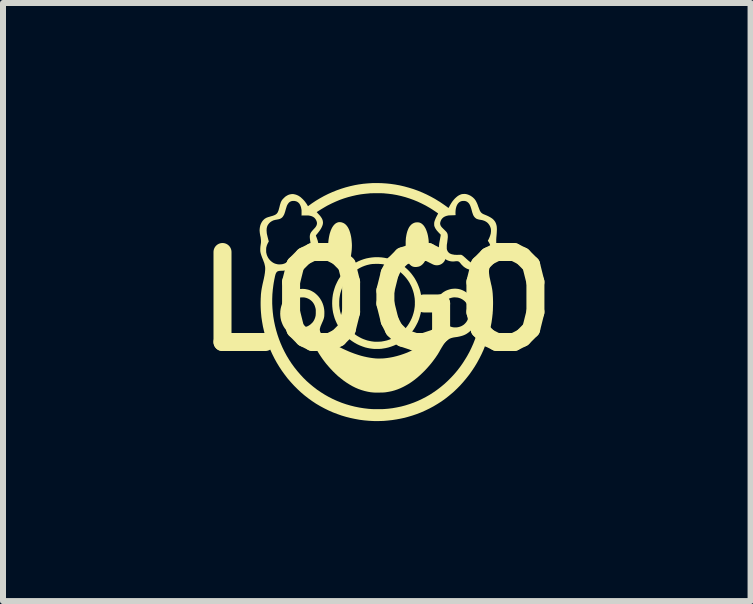
<source format=kicad_pcb>
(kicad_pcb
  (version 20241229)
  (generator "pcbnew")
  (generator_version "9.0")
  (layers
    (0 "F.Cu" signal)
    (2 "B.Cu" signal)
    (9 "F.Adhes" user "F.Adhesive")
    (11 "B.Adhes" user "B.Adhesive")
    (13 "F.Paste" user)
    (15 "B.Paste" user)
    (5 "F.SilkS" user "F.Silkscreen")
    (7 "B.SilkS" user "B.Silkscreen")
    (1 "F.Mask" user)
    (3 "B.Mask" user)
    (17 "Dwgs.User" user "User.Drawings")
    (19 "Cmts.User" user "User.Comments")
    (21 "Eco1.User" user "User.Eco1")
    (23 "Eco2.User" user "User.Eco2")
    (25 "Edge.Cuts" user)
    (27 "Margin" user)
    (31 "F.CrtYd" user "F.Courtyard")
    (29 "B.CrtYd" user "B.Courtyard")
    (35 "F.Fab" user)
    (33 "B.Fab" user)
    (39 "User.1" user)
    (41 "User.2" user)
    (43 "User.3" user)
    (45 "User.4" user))
  (footprint "LOGO"
    (layer "F.Cu")
    (at 3.229 1.971)
    (property "Reference" "LOGO" (at 0 0 0) (layer "F.SilkS") (effects (font (size 1.5 1.5) (thickness 0.3))))
    (attr board_only exclude_from_pos_files exclude_from_bom)
    (fp_poly (pts (xy -0.607 -1.319) (xy -0.587 -1.316) (xy -0.567 -1.309) (xy -0.559 -1.306) (xy -0.544 -1.298) (xy -0.53 -1.288) (xy -0.516 -1.276) (xy -0.512 -1.272) (xy -0.496 -1.253) (xy -0.481 -1.231) (xy -0.468 -1.206) (xy -0.456 -1.178) (xy -0.446 -1.148) (xy -0.437 -1.115) (xy -0.429 -1.079) (xy -0.423 -1.041) (xy -0.419 -1) (xy -0.416 -0.962) (xy -0.415 -0.929) (xy -0.416 -0.894) (xy -0.418 -0.858) (xy -0.422 -0.821) (xy -0.427 -0.784) (xy -0.431 -0.758) (xy -0.438 -0.727) (xy -0.446 -0.699) (xy -0.455 -0.674) (xy -0.465 -0.652) (xy -0.477 -0.633) (xy -0.49 -0.616) (xy -0.504 -0.602) (xy -0.52 -0.591) (xy -0.537 -0.582) (xy -0.554 -0.577) (xy -0.562 -0.575) (xy -0.573 -0.573) (xy -0.586 -0.572) (xy -0.599 -0.572) (xy -0.611 -0.572) (xy -0.622 -0.573) (xy -0.63 -0.574) (xy -0.65 -0.58) (xy -0.669 -0.589) (xy -0.687 -0.6) (xy -0.704 -0.615) (xy -0.72 -0.633) (xy -0.735 -0.654) (xy -0.743 -0.667) (xy -0.754 -0.689) (xy -0.765 -0.713) (xy -0.775 -0.741) (xy -0.784 -0.77) (xy -0.791 -0.8) (xy -0.798 -0.832) (xy -0.803 -0.864) (xy -0.806 -0.896) (xy -0.808 -0.928) (xy -0.809 -0.959) (xy -0.809 -0.972) (xy -0.807 -1.002) (xy -0.803 -1.033) (xy -0.798 -1.065) (xy -0.792 -1.095) (xy -0.785 -1.126) (xy -0.776 -1.154) (xy -0.767 -1.181) (xy -0.756 -1.206) (xy -0.745 -1.228) (xy -0.735 -1.244) (xy -0.724 -1.26) (xy -0.712 -1.274) (xy -0.699 -1.287) (xy -0.687 -1.297) (xy -0.681 -1.301) (xy -0.664 -1.31) (xy -0.645 -1.317) (xy -0.626 -1.32)) (stroke (width 0) (type solid)) (fill yes) (layer "F.SilkS"))
    (fp_poly (pts (xy 0.699 -1.315) (xy 0.717 -1.31) (xy 0.733 -1.303) (xy 0.749 -1.293) (xy 0.762 -1.282) (xy 0.775 -1.269) (xy 0.787 -1.255) (xy 0.797 -1.239) (xy 0.808 -1.221) (xy 0.811 -1.216) (xy 0.823 -1.189) (xy 0.834 -1.159) (xy 0.844 -1.127) (xy 0.852 -1.093) (xy 0.858 -1.058) (xy 0.863 -1.022) (xy 0.865 -0.986) (xy 0.866 -0.95) (xy 0.865 -0.921) (xy 0.862 -0.882) (xy 0.857 -0.844) (xy 0.851 -0.809) (xy 0.843 -0.775) (xy 0.834 -0.744) (xy 0.824 -0.715) (xy 0.812 -0.688) (xy 0.799 -0.664) (xy 0.785 -0.643) (xy 0.769 -0.624) (xy 0.752 -0.608) (xy 0.735 -0.595) (xy 0.716 -0.585) (xy 0.706 -0.581) (xy 0.691 -0.577) (xy 0.674 -0.574) (xy 0.656 -0.572) (xy 0.639 -0.572) (xy 0.623 -0.573) (xy 0.613 -0.575) (xy 0.594 -0.581) (xy 0.577 -0.59) (xy 0.562 -0.602) (xy 0.547 -0.616) (xy 0.535 -0.634) (xy 0.523 -0.654) (xy 0.513 -0.677) (xy 0.505 -0.703) (xy 0.497 -0.732) (xy 0.494 -0.75) (xy 0.492 -0.761) (xy 0.49 -0.771) (xy 0.489 -0.78) (xy 0.487 -0.788) (xy 0.486 -0.797) (xy 0.485 -0.807) (xy 0.485 -0.817) (xy 0.484 -0.829) (xy 0.483 -0.842) (xy 0.483 -0.857) (xy 0.482 -0.875) (xy 0.482 -0.896) (xy 0.482 -0.9) (xy 0.481 -0.925) (xy 0.481 -0.947) (xy 0.481 -0.967) (xy 0.481 -0.984) (xy 0.481 -1) (xy 0.482 -1.015) (xy 0.483 -1.029) (xy 0.484 -1.043) (xy 0.485 -1.056) (xy 0.487 -1.071) (xy 0.49 -1.085) (xy 0.491 -1.094) (xy 0.498 -1.128) (xy 0.506 -1.159) (xy 0.516 -1.187) (xy 0.527 -1.213) (xy 0.539 -1.236) (xy 0.554 -1.256) (xy 0.569 -1.273) (xy 0.586 -1.288) (xy 0.604 -1.299) (xy 0.623 -1.308) (xy 0.644 -1.314) (xy 0.666 -1.316) (xy 0.68 -1.316)) (stroke (width 0) (type solid)) (fill yes) (layer "F.SilkS"))
    (fp_poly (pts (xy 0.031 -0.735) (xy 0.08 -0.732) (xy 0.128 -0.725) (xy 0.175 -0.716) (xy 0.221 -0.703) (xy 0.266 -0.687) (xy 0.311 -0.668) (xy 0.354 -0.646) (xy 0.395 -0.622) (xy 0.436 -0.594) (xy 0.474 -0.564) (xy 0.508 -0.534) (xy 0.542 -0.5) (xy 0.574 -0.463) (xy 0.604 -0.423) (xy 0.632 -0.382) (xy 0.656 -0.339) (xy 0.678 -0.295) (xy 0.697 -0.249) (xy 0.714 -0.203) (xy 0.727 -0.155) (xy 0.737 -0.107) (xy 0.738 -0.101) (xy 0.745 -0.049) (xy 0.748 0.003) (xy 0.749 0.054) (xy 0.746 0.104) (xy 0.74 0.154) (xy 0.73 0.204) (xy 0.717 0.252) (xy 0.702 0.3) (xy 0.683 0.347) (xy 0.66 0.392) (xy 0.635 0.437) (xy 0.635 0.437) (xy 0.609 0.477) (xy 0.58 0.515) (xy 0.548 0.551) (xy 0.514 0.586) (xy 0.478 0.619) (xy 0.44 0.649) (xy 0.415 0.667) (xy 0.373 0.693) (xy 0.33 0.717) (xy 0.286 0.737) (xy 0.24 0.754) (xy 0.193 0.769) (xy 0.145 0.78) (xy 0.096 0.788) (xy 0.078 0.791) (xy 0.07 0.791) (xy 0.06 0.792) (xy 0.047 0.793) (xy 0.034 0.793) (xy 0.02 0.794) (xy 0.006 0.794) (xy -0.008 0.794) (xy -0.02 0.794) (xy -0.03 0.794) (xy -0.037 0.794) (xy -0.038 0.794) (xy -0.078 0.79) (xy -0.116 0.785) (xy -0.152 0.778) (xy -0.186 0.77) (xy -0.197 0.767) (xy -0.243 0.751) (xy -0.289 0.733) (xy -0.333 0.712) (xy -0.375 0.688) (xy -0.415 0.662) (xy -0.454 0.633) (xy -0.491 0.602) (xy -0.525 0.568) (xy -0.558 0.533) (xy -0.588 0.495) (xy -0.616 0.456) (xy -0.642 0.414) (xy -0.665 0.371) (xy -0.685 0.327) (xy -0.703 0.281) (xy -0.717 0.234) (xy -0.729 0.186) (xy -0.737 0.137) (xy -0.742 0.088) (xy -0.744 0.038) (xy -0.744 0.034) (xy -0.626 0.034) (xy -0.626 0.051) (xy -0.626 0.066) (xy -0.625 0.078) (xy -0.625 0.079) (xy -0.619 0.127) (xy -0.61 0.173) (xy -0.598 0.218) (xy -0.583 0.262) (xy -0.564 0.305) (xy -0.543 0.346) (xy -0.519 0.385) (xy -0.492 0.423) (xy -0.462 0.459) (xy -0.43 0.493) (xy -0.424 0.499) (xy -0.392 0.527) (xy -0.361 0.553) (xy -0.328 0.576) (xy -0.293 0.596) (xy -0.257 0.615) (xy -0.225 0.629) (xy -0.192 0.641) (xy -0.159 0.652) (xy -0.124 0.66) (xy -0.088 0.667) (xy -0.05 0.672) (xy -0.038 0.673) (xy -0.032 0.673) (xy -0.023 0.674) (xy -0.012 0.674) (xy 0.001 0.674) (xy 0.015 0.673) (xy 0.029 0.673) (xy 0.042 0.672) (xy 0.055 0.672) (xy 0.066 0.671) (xy 0.074 0.671) (xy 0.079 0.67) (xy 0.124 0.662) (xy 0.168 0.652) (xy 0.21 0.638) (xy 0.251 0.622) (xy 0.291 0.602) (xy 0.33 0.579) (xy 0.368 0.553) (xy 0.395 0.532) (xy 0.406 0.524) (xy 0.417 0.513) (xy 0.43 0.501) (xy 0.443 0.488) (xy 0.456 0.475) (xy 0.467 0.462) (xy 0.478 0.451) (xy 0.483 0.444) (xy 0.512 0.407) (xy 0.538 0.367) (xy 0.561 0.326) (xy 0.581 0.284) (xy 0.598 0.24) (xy 0.612 0.195) (xy 0.623 0.149) (xy 0.63 0.1) (xy 0.631 0.097) (xy 0.632 0.085) (xy 0.633 0.07) (xy 0.634 0.053) (xy 0.634 0.035) (xy 0.634 0.016) (xy 0.634 -0.002) (xy 0.633 -0.019) (xy 0.632 -0.035) (xy 0.631 -0.048) (xy 0.631 -0.05) (xy 0.624 -0.092) (xy 0.616 -0.132) (xy 0.605 -0.171) (xy 0.592 -0.209) (xy 0.577 -0.246) (xy 0.564 -0.272) (xy 0.543 -0.312) (xy 0.519 -0.349) (xy 0.492 -0.385) (xy 0.463 -0.419) (xy 0.432 -0.451) (xy 0.399 -0.481) (xy 0.364 -0.508) (xy 0.327 -0.532) (xy 0.289 -0.554) (xy 0.249 -0.573) (xy 0.208 -0.59) (xy 0.166 -0.603) (xy 0.123 -0.613) (xy 0.12 -0.614) (xy 0.106 -0.616) (xy 0.093 -0.619) (xy 0.081 -0.62) (xy 0.069 -0.622) (xy 0.056 -0.622) (xy 0.043 -0.623) (xy 0.028 -0.624) (xy 0.01 -0.624) (xy -0.003 -0.624) (xy -0.022 -0.624) (xy -0.038 -0.623) (xy -0.051 -0.623) (xy -0.063 -0.622) (xy -0.074 -0.622) (xy -0.085 -0.62) (xy -0.096 -0.619) (xy -0.108 -0.617) (xy -0.121 -0.614) (xy -0.123 -0.614) (xy -0.165 -0.604) (xy -0.205 -0.591) (xy -0.245 -0.575) (xy -0.284 -0.556) (xy -0.322 -0.534) (xy -0.358 -0.509) (xy -0.393 -0.481) (xy -0.426 -0.451) (xy -0.427 -0.451) (xy -0.459 -0.417) (xy -0.489 -0.381) (xy -0.516 -0.343) (xy -0.54 -0.303) (xy -0.562 -0.261) (xy -0.58 -0.219) (xy -0.596 -0.174) (xy -0.609 -0.129) (xy -0.618 -0.082) (xy -0.621 -0.062) (xy -0.623 -0.05) (xy -0.624 -0.035) (xy -0.625 -0.019) (xy -0.626 -0.002) (xy -0.626 0.016) (xy -0.626 0.034) (xy -0.744 0.034) (xy -0.743 -0.012) (xy -0.739 -0.062) (xy -0.732 -0.112) (xy -0.721 -0.161) (xy -0.707 -0.209) (xy -0.691 -0.256) (xy -0.681 -0.279) (xy -0.66 -0.324) (xy -0.637 -0.367) (xy -0.61 -0.408) (xy -0.581 -0.448) (xy -0.55 -0.485) (xy -0.517 -0.521) (xy -0.482 -0.554) (xy -0.444 -0.584) (xy -0.405 -0.613) (xy -0.364 -0.638) (xy -0.322 -0.66) (xy -0.309 -0.667) (xy -0.264 -0.686) (xy -0.219 -0.702) (xy -0.174 -0.715) (xy -0.128 -0.724) (xy -0.081 -0.731) (xy -0.033 -0.735) (xy 0.017 -0.735)) (stroke (width 0) (type solid)) (fill yes) (layer "F.SilkS"))
    (fp_poly (pts (xy 1.345 -0.208) (xy 1.364 -0.205) (xy 1.395 -0.197) (xy 1.425 -0.186) (xy 1.454 -0.172) (xy 1.481 -0.156) (xy 1.508 -0.137) (xy 1.533 -0.115) (xy 1.556 -0.092) (xy 1.577 -0.066) (xy 1.597 -0.038) (xy 1.615 -0.008) (xy 1.63 0.024) (xy 1.643 0.057) (xy 1.654 0.091) (xy 1.662 0.127) (xy 1.666 0.147) (xy 1.668 0.163) (xy 1.669 0.18) (xy 1.67 0.199) (xy 1.67 0.218) (xy 1.669 0.237) (xy 1.668 0.254) (xy 1.667 0.268) (xy 1.667 0.268) (xy 1.66 0.305) (xy 1.65 0.341) (xy 1.638 0.374) (xy 1.623 0.405) (xy 1.606 0.435) (xy 1.587 0.462) (xy 1.565 0.487) (xy 1.555 0.497) (xy 1.534 0.515) (xy 1.512 0.531) (xy 1.489 0.546) (xy 1.463 0.559) (xy 1.436 0.57) (xy 1.406 0.579) (xy 1.374 0.587) (xy 1.339 0.594) (xy 1.308 0.598) (xy 1.282 0.602) (xy 1.26 0.607) (xy 1.239 0.613) (xy 1.221 0.62) (xy 1.203 0.629) (xy 1.187 0.641) (xy 1.17 0.654) (xy 1.161 0.662) (xy 1.152 0.671) (xy 1.144 0.679) (xy 1.137 0.688) (xy 1.129 0.697) (xy 1.121 0.708) (xy 1.113 0.719) (xy 1.104 0.733) (xy 1.095 0.748) (xy 1.084 0.765) (xy 1.073 0.784) (xy 1.06 0.806) (xy 1.054 0.816) (xy 1.044 0.835) (xy 1.034 0.852) (xy 1.025 0.867) (xy 1.017 0.881) (xy 1.008 0.894) (xy 1 0.906) (xy 0.991 0.919) (xy 0.982 0.933) (xy 0.98 0.936) (xy 0.943 0.986) (xy 0.907 1.033) (xy 0.869 1.078) (xy 0.83 1.122) (xy 0.79 1.164) (xy 0.752 1.201) (xy 0.707 1.243) (xy 0.661 1.282) (xy 0.615 1.318) (xy 0.569 1.351) (xy 0.522 1.381) (xy 0.474 1.408) (xy 0.438 1.427) (xy 0.391 1.449) (xy 0.344 1.468) (xy 0.297 1.484) (xy 0.25 1.497) (xy 0.202 1.507) (xy 0.153 1.515) (xy 0.13 1.518) (xy 0.122 1.518) (xy 0.111 1.519) (xy 0.097 1.52) (xy 0.082 1.52) (xy 0.065 1.52) (xy 0.047 1.521) (xy 0.03 1.521) (xy 0.012 1.521) (xy -0.004 1.521) (xy -0.02 1.521) (xy -0.033 1.521) (xy -0.044 1.52) (xy -0.05 1.52) (xy -0.102 1.515) (xy -0.153 1.506) (xy -0.204 1.494) (xy -0.255 1.479) (xy -0.306 1.461) (xy -0.357 1.439) (xy -0.407 1.414) (xy -0.457 1.385) (xy -0.506 1.354) (xy -0.556 1.319) (xy -0.604 1.281) (xy -0.646 1.247) (xy -0.687 1.209) (xy -0.728 1.169) (xy -0.768 1.127) (xy -0.806 1.084) (xy -0.843 1.041) (xy -0.864 1.014) (xy -0.898 0.969) (xy -0.93 0.923) (xy -0.961 0.876) (xy -0.989 0.829) (xy -1.016 0.783) (xy -1.037 0.744) (xy -1.047 0.723) (xy -1.056 0.706) (xy -1.064 0.691) (xy -1.072 0.678) (xy -1.078 0.667) (xy -1.084 0.658) (xy -1.09 0.649) (xy -1.096 0.642) (xy -1.102 0.635) (xy -1.108 0.628) (xy -1.113 0.624) (xy -1.123 0.614) (xy -1.133 0.606) (xy -1.143 0.601) (xy -1.154 0.596) (xy -1.165 0.594) (xy -1.179 0.592) (xy -1.195 0.591) (xy -1.203 0.591) (xy -1.214 0.591) (xy -1.227 0.592) (xy -1.239 0.592) (xy -1.249 0.593) (xy -1.253 0.593) (xy -1.268 0.594) (xy -1.283 0.595) (xy -1.298 0.595) (xy -1.312 0.594) (xy -1.323 0.594) (xy -1.332 0.592) (xy -1.347 0.589) (xy -1.363 0.584) (xy -1.381 0.577) (xy -1.392 0.572) (xy -1.421 0.557) (xy -1.448 0.539) (xy -1.473 0.518) (xy -1.497 0.495) (xy -1.519 0.469) (xy -1.539 0.442) (xy -1.557 0.413) (xy -1.572 0.382) (xy -1.585 0.349) (xy -1.596 0.316) (xy -1.596 0.314) (xy -1.604 0.277) (xy -1.608 0.24) (xy -1.61 0.202) (xy -1.609 0.193) (xy -1.479 0.193) (xy -1.478 0.211) (xy -1.474 0.241) (xy -1.468 0.269) (xy -1.46 0.295) (xy -1.449 0.318) (xy -1.436 0.34) (xy -1.42 0.36) (xy -1.412 0.369) (xy -1.392 0.387) (xy -1.37 0.403) (xy -1.347 0.415) (xy -1.322 0.425) (xy -1.295 0.431) (xy -1.27 0.435) (xy -1.262 0.436) (xy -1.251 0.436) (xy -1.24 0.435) (xy -1.227 0.434) (xy -1.216 0.433) (xy -1.206 0.431) (xy -1.205 0.431) (xy -1.178 0.424) (xy -1.153 0.415) (xy -1.131 0.403) (xy -1.109 0.388) (xy -1.089 0.37) (xy -1.088 0.369) (xy -1.069 0.35) (xy -1.054 0.329) (xy -1.042 0.307) (xy -1.032 0.283) (xy -1.03 0.278) (xy -1.026 0.265) (xy -1.023 0.253) (xy -1.02 0.242) (xy -1.019 0.231) (xy -1.018 0.219) (xy -1.017 0.206) (xy -1.017 0.19) (xy -1.017 0.18) (xy -1.017 0.167) (xy -1.017 0.156) (xy -1.017 0.148) (xy -1.017 0.141) (xy -1.018 0.135) (xy -1.019 0.13) (xy -1.02 0.124) (xy -1.021 0.117) (xy -1.021 0.117) (xy -1.029 0.089) (xy -1.039 0.062) (xy -1.052 0.038) (xy -1.067 0.016) (xy -1.084 -0.003) (xy -1.104 -0.02) (xy -1.125 -0.035) (xy -1.149 -0.047) (xy -1.175 -0.057) (xy -1.197 -0.062) (xy -1.206 -0.064) (xy -1.218 -0.065) (xy -1.231 -0.065) (xy -1.245 -0.065) (xy -1.259 -0.065) (xy -1.272 -0.064) (xy -1.283 -0.063) (xy -1.289 -0.062) (xy -1.317 -0.055) (xy -1.343 -0.045) (xy -1.367 -0.032) (xy -1.389 -0.016) (xy -1.409 0.001) (xy -1.427 0.021) (xy -1.442 0.044) (xy -1.455 0.068) (xy -1.465 0.094) (xy -1.473 0.121) (xy -1.476 0.144) (xy -1.479 0.169) (xy -1.479 0.193) (xy -1.609 0.193) (xy -1.608 0.165) (xy -1.603 0.127) (xy -1.595 0.091) (xy -1.584 0.055) (xy -1.57 0.02) (xy -1.553 -0.014) (xy -1.533 -0.046) (xy -1.532 -0.049) (xy -1.51 -0.077) (xy -1.487 -0.103) (xy -1.462 -0.126) (xy -1.435 -0.147) (xy -1.407 -0.164) (xy -1.377 -0.179) (xy -1.346 -0.191) (xy -1.314 -0.2) (xy -1.289 -0.204) (xy -1.276 -0.205) (xy -1.261 -0.206) (xy -1.245 -0.207) (xy -1.228 -0.207) (xy -1.212 -0.206) (xy -1.198 -0.205) (xy -1.191 -0.204) (xy -1.16 -0.198) (xy -1.129 -0.19) (xy -1.099 -0.178) (xy -1.071 -0.163) (xy -1.043 -0.146) (xy -1.017 -0.125) (xy -0.993 -0.103) (xy -0.97 -0.078) (xy -0.949 -0.051) (xy -0.931 -0.022) (xy -0.919 -0.001) (xy -0.904 0.032) (xy -0.892 0.066) (xy -0.883 0.1) (xy -0.877 0.135) (xy -0.874 0.171) (xy -0.874 0.209) (xy -0.874 0.21) (xy -0.875 0.225) (xy -0.875 0.238) (xy -0.876 0.25) (xy -0.878 0.261) (xy -0.88 0.272) (xy -0.883 0.283) (xy -0.886 0.294) (xy -0.891 0.307) (xy -0.896 0.321) (xy -0.903 0.337) (xy -0.911 0.355) (xy -0.915 0.364) (xy -0.924 0.385) (xy -0.932 0.404) (xy -0.939 0.421) (xy -0.943 0.436) (xy -0.947 0.449) (xy -0.949 0.461) (xy -0.95 0.471) (xy -0.95 0.473) (xy -0.948 0.487) (xy -0.945 0.502) (xy -0.939 0.517) (xy -0.931 0.532) (xy -0.924 0.543) (xy -0.91 0.563) (xy -0.892 0.583) (xy -0.872 0.603) (xy -0.849 0.623) (xy -0.823 0.644) (xy -0.794 0.664) (xy -0.762 0.685) (xy -0.727 0.707) (xy -0.688 0.728) (xy -0.647 0.75) (xy -0.602 0.773) (xy -0.59 0.779) (xy -0.564 0.792) (xy -0.54 0.803) (xy -0.518 0.813) (xy -0.497 0.822) (xy -0.477 0.831) (xy -0.456 0.84) (xy -0.436 0.848) (xy -0.426 0.852) (xy -0.37 0.873) (xy -0.316 0.891) (xy -0.264 0.907) (xy -0.213 0.92) (xy -0.163 0.931) (xy -0.113 0.94) (xy -0.064 0.947) (xy -0.016 0.952) (xy -0.005 0.952) (xy 0.009 0.953) (xy 0.025 0.953) (xy 0.043 0.953) (xy 0.061 0.953) (xy 0.079 0.952) (xy 0.096 0.952) (xy 0.112 0.951) (xy 0.125 0.95) (xy 0.135 0.949) (xy 0.176 0.944) (xy 0.216 0.938) (xy 0.254 0.931) (xy 0.278 0.926) (xy 0.335 0.912) (xy 0.393 0.895) (xy 0.449 0.876) (xy 0.505 0.855) (xy 0.559 0.831) (xy 0.613 0.806) (xy 0.664 0.778) (xy 0.714 0.749) (xy 0.762 0.719) (xy 0.807 0.687) (xy 0.851 0.653) (xy 0.891 0.618) (xy 0.928 0.583) (xy 0.942 0.569) (xy 0.954 0.556) (xy 0.964 0.545) (xy 0.971 0.536) (xy 0.978 0.528) (xy 0.983 0.522) (xy 0.987 0.516) (xy 0.99 0.51) (xy 0.991 0.508) (xy 0.996 0.496) (xy 0.999 0.483) (xy 1 0.469) (xy 0.999 0.456) (xy 0.997 0.444) (xy 0.995 0.432) (xy 0.993 0.42) (xy 0.989 0.406) (xy 0.985 0.392) (xy 0.98 0.376) (xy 0.974 0.358) (xy 0.966 0.338) (xy 0.959 0.318) (xy 0.952 0.298) (xy 0.945 0.28) (xy 0.941 0.264) (xy 0.937 0.249) (xy 0.934 0.235) (xy 0.932 0.221) (xy 0.932 0.206) (xy 0.931 0.191) (xy 0.931 0.184) (xy 1.072 0.184) (xy 1.073 0.212) (xy 1.077 0.241) (xy 1.078 0.247) (xy 1.086 0.275) (xy 1.096 0.301) (xy 1.109 0.325) (xy 1.124 0.347) (xy 1.142 0.367) (xy 1.162 0.385) (xy 1.184 0.4) (xy 1.208 0.413) (xy 1.234 0.423) (xy 1.253 0.429) (xy 1.28 0.434) (xy 1.307 0.435) (xy 1.334 0.434) (xy 1.354 0.431) (xy 1.381 0.424) (xy 1.406 0.415) (xy 1.43 0.402) (xy 1.451 0.388) (xy 1.47 0.37) (xy 1.487 0.351) (xy 1.502 0.329) (xy 1.514 0.305) (xy 1.524 0.279) (xy 1.531 0.251) (xy 1.535 0.226) (xy 1.536 0.22) (xy 1.536 0.211) (xy 1.537 0.2) (xy 1.537 0.19) (xy 1.537 0.186) (xy 1.537 0.164) (xy 1.535 0.144) (xy 1.532 0.126) (xy 1.528 0.108) (xy 1.523 0.09) (xy 1.523 0.09) (xy 1.512 0.064) (xy 1.499 0.04) (xy 1.483 0.018) (xy 1.465 -0.002) (xy 1.444 -0.019) (xy 1.422 -0.034) (xy 1.397 -0.047) (xy 1.371 -0.056) (xy 1.353 -0.061) (xy 1.342 -0.063) (xy 1.33 -0.064) (xy 1.316 -0.065) (xy 1.302 -0.066) (xy 1.289 -0.066) (xy 1.277 -0.065) (xy 1.271 -0.065) (xy 1.244 -0.059) (xy 1.218 -0.051) (xy 1.193 -0.04) (xy 1.17 -0.026) (xy 1.15 -0.01) (xy 1.131 0.009) (xy 1.115 0.029) (xy 1.102 0.051) (xy 1.091 0.075) (xy 1.083 0.1) (xy 1.077 0.127) (xy 1.073 0.155) (xy 1.072 0.184) (xy 0.931 0.184) (xy 0.931 0.179) (xy 0.934 0.142) (xy 0.94 0.106) (xy 0.949 0.07) (xy 0.962 0.035) (xy 0.978 0.000392) (xy 0.995 -0.03) (xy 1.015 -0.06) (xy 1.037 -0.088) (xy 1.061 -0.113) (xy 1.086 -0.135) (xy 1.113 -0.155) (xy 1.142 -0.172) (xy 1.154 -0.178) (xy 1.184 -0.19) (xy 1.216 -0.2) (xy 1.248 -0.207) (xy 1.28 -0.21) (xy 1.313 -0.211)) (stroke (width 0) (type solid)) (fill yes) (layer "F.SilkS"))
    (fp_poly (pts (xy 0.081 -1.969) (xy 0.159 -1.964) (xy 0.228 -1.957) (xy 0.305 -1.946) (xy 0.382 -1.932) (xy 0.459 -1.914) (xy 0.535 -1.893) (xy 0.61 -1.87) (xy 0.685 -1.843) (xy 0.758 -1.813) (xy 0.83 -1.78) (xy 0.901 -1.744) (xy 0.97 -1.706) (xy 1.038 -1.664) (xy 1.044 -1.661) (xy 1.075 -1.64) (xy 1.106 -1.619) (xy 1.136 -1.598) (xy 1.168 -1.575) (xy 1.193 -1.556) (xy 1.194 -1.556) (xy 1.196 -1.559) (xy 1.2 -1.564) (xy 1.204 -1.572) (xy 1.205 -1.573) (xy 1.223 -1.607) (xy 1.241 -1.637) (xy 1.26 -1.665) (xy 1.28 -1.69) (xy 1.301 -1.713) (xy 1.304 -1.716) (xy 1.326 -1.736) (xy 1.347 -1.753) (xy 1.369 -1.767) (xy 1.391 -1.777) (xy 1.409 -1.784) (xy 1.422 -1.787) (xy 1.437 -1.788) (xy 1.452 -1.789) (xy 1.468 -1.789) (xy 1.482 -1.788) (xy 1.488 -1.787) (xy 1.511 -1.781) (xy 1.535 -1.772) (xy 1.558 -1.761) (xy 1.58 -1.747) (xy 1.6 -1.732) (xy 1.618 -1.715) (xy 1.625 -1.708) (xy 1.637 -1.693) (xy 1.648 -1.677) (xy 1.658 -1.658) (xy 1.669 -1.636) (xy 1.679 -1.612) (xy 1.683 -1.601) (xy 1.69 -1.58) (xy 1.697 -1.563) (xy 1.703 -1.547) (xy 1.708 -1.534) (xy 1.712 -1.523) (xy 1.716 -1.514) (xy 1.72 -1.506) (xy 1.724 -1.5) (xy 1.727 -1.494) (xy 1.731 -1.489) (xy 1.734 -1.484) (xy 1.741 -1.477) (xy 1.747 -1.471) (xy 1.755 -1.465) (xy 1.763 -1.46) (xy 1.774 -1.454) (xy 1.787 -1.448) (xy 1.803 -1.442) (xy 1.807 -1.44) (xy 1.838 -1.427) (xy 1.865 -1.414) (xy 1.889 -1.401) (xy 1.91 -1.388) (xy 1.928 -1.375) (xy 1.937 -1.367) (xy 1.949 -1.355) (xy 1.959 -1.343) (xy 1.968 -1.331) (xy 1.976 -1.318) (xy 1.978 -1.313) (xy 1.984 -1.3) (xy 1.989 -1.286) (xy 1.993 -1.271) (xy 1.997 -1.256) (xy 1.999 -1.238) (xy 2 -1.22) (xy 2.001 -1.199) (xy 2 -1.176) (xy 1.999 -1.15) (xy 1.997 -1.121) (xy 1.996 -1.109) (xy 1.994 -1.085) (xy 1.992 -1.065) (xy 1.991 -1.047) (xy 1.99 -1.03) (xy 1.99 -1.015) (xy 1.99 -1) (xy 1.99 -0.985) (xy 1.99 -0.971) (xy 1.991 -0.955) (xy 1.992 -0.938) (xy 1.993 -0.924) (xy 1.995 -0.903) (xy 1.996 -0.882) (xy 1.997 -0.862) (xy 1.997 -0.844) (xy 1.997 -0.827) (xy 1.996 -0.814) (xy 1.996 -0.807) (xy 1.992 -0.778) (xy 1.985 -0.751) (xy 1.976 -0.725) (xy 1.965 -0.699) (xy 1.95 -0.673) (xy 1.938 -0.656) (xy 1.931 -0.646) (xy 1.924 -0.636) (xy 1.917 -0.626) (xy 1.911 -0.617) (xy 1.909 -0.614) (xy 1.896 -0.594) (xy 1.886 -0.575) (xy 1.878 -0.556) (xy 1.873 -0.537) (xy 1.87 -0.517) (xy 1.869 -0.496) (xy 1.87 -0.474) (xy 1.871 -0.461) (xy 1.873 -0.448) (xy 1.874 -0.436) (xy 1.876 -0.423) (xy 1.878 -0.409) (xy 1.881 -0.394) (xy 1.885 -0.377) (xy 1.889 -0.359) (xy 1.893 -0.338) (xy 1.899 -0.314) (xy 1.899 -0.311) (xy 1.904 -0.288) (xy 1.909 -0.269) (xy 1.913 -0.252) (xy 1.916 -0.237) (xy 1.918 -0.223) (xy 1.921 -0.211) (xy 1.923 -0.199) (xy 1.924 -0.188) (xy 1.925 -0.186) (xy 1.928 -0.159) (xy 1.931 -0.129) (xy 1.933 -0.097) (xy 1.935 -0.063) (xy 1.936 -0.028) (xy 1.937 0.008) (xy 1.937 0.045) (xy 1.936 0.082) (xy 1.935 0.118) (xy 1.934 0.153) (xy 1.931 0.187) (xy 1.931 0.198) (xy 1.922 0.277) (xy 1.911 0.355) (xy 1.896 0.433) (xy 1.878 0.511) (xy 1.857 0.587) (xy 1.833 0.663) (xy 1.806 0.737) (xy 1.777 0.811) (xy 1.744 0.883) (xy 1.708 0.954) (xy 1.67 1.024) (xy 1.629 1.092) (xy 1.585 1.158) (xy 1.539 1.223) (xy 1.49 1.285) (xy 1.439 1.346) (xy 1.386 1.405) (xy 1.33 1.461) (xy 1.272 1.516) (xy 1.211 1.567) (xy 1.204 1.573) (xy 1.143 1.621) (xy 1.079 1.667) (xy 1.013 1.709) (xy 0.946 1.749) (xy 0.877 1.786) (xy 0.807 1.82) (xy 0.735 1.852) (xy 0.662 1.88) (xy 0.588 1.905) (xy 0.513 1.927) (xy 0.466 1.94) (xy 0.396 1.955) (xy 0.326 1.968) (xy 0.254 1.979) (xy 0.182 1.987) (xy 0.111 1.993) (xy 0.041 1.995) (xy -0.029 1.995) (xy -0.05 1.995) (xy -0.13 1.991) (xy -0.209 1.984) (xy -0.287 1.974) (xy -0.363 1.96) (xy -0.439 1.944) (xy -0.514 1.925) (xy -0.588 1.903) (xy -0.656 1.879) (xy -0.73 1.851) (xy -0.803 1.819) (xy -0.874 1.784) (xy -0.943 1.747) (xy -1.011 1.707) (xy -1.076 1.664) (xy -1.14 1.618) (xy -1.203 1.569) (xy -1.263 1.518) (xy -1.322 1.463) (xy -1.377 1.408) (xy -1.432 1.348) (xy -1.485 1.287) (xy -1.534 1.223) (xy -1.582 1.157) (xy -1.626 1.09) (xy -1.668 1.021) (xy -1.707 0.95) (xy -1.743 0.878) (xy -1.776 0.805) (xy -1.806 0.73) (xy -1.833 0.654) (xy -1.858 0.578) (xy -1.879 0.5) (xy -1.897 0.422) (xy -1.911 0.343) (xy -1.923 0.264) (xy -1.93 0.187) (xy -1.933 0.145) (xy -1.935 0.102) (xy -1.936 0.058) (xy -1.936 0.014) (xy -1.935 -0.03) (xy -1.935 -0.04) (xy -1.743 -0.04) (xy -1.743 0.039) (xy -1.739 0.117) (xy -1.734 0.178) (xy -1.725 0.255) (xy -1.712 0.332) (xy -1.696 0.408) (xy -1.677 0.483) (xy -1.655 0.557) (xy -1.63 0.63) (xy -1.602 0.702) (xy -1.571 0.773) (xy -1.537 0.842) (xy -1.5 0.91) (xy -1.46 0.976) (xy -1.418 1.04) (xy -1.372 1.103) (xy -1.324 1.163) (xy -1.274 1.221) (xy -1.222 1.277) (xy -1.168 1.33) (xy -1.111 1.38) (xy -1.053 1.428) (xy -0.993 1.474) (xy -0.931 1.516) (xy -0.867 1.556) (xy -0.802 1.593) (xy -0.735 1.627) (xy -0.667 1.658) (xy -0.597 1.686) (xy -0.582 1.692) (xy -0.511 1.716) (xy -0.439 1.737) (xy -0.367 1.755) (xy -0.293 1.77) (xy -0.218 1.782) (xy -0.143 1.791) (xy -0.079 1.796) (xy -0.069 1.796) (xy -0.057 1.797) (xy -0.043 1.797) (xy -0.027 1.797) (xy -0.009 1.797) (xy 0.009 1.797) (xy 0.027 1.797) (xy 0.045 1.797) (xy 0.062 1.797) (xy 0.078 1.797) (xy 0.092 1.797) (xy 0.103 1.796) (xy 0.11 1.796) (xy 0.186 1.79) (xy 0.26 1.781) (xy 0.333 1.768) (xy 0.406 1.753) (xy 0.477 1.734) (xy 0.547 1.712) (xy 0.617 1.687) (xy 0.685 1.659) (xy 0.751 1.628) (xy 0.817 1.594) (xy 0.882 1.557) (xy 0.945 1.516) (xy 1.007 1.473) (xy 1.008 1.472) (xy 1.069 1.425) (xy 1.128 1.376) (xy 1.184 1.324) (xy 1.238 1.27) (xy 1.29 1.214) (xy 1.34 1.155) (xy 1.387 1.094) (xy 1.432 1.03) (xy 1.474 0.964) (xy 1.505 0.913) (xy 1.543 0.844) (xy 1.577 0.774) (xy 1.609 0.702) (xy 1.637 0.63) (xy 1.662 0.556) (xy 1.684 0.481) (xy 1.703 0.405) (xy 1.719 0.328) (xy 1.732 0.251) (xy 1.741 0.174) (xy 1.743 0.154) (xy 1.746 0.098) (xy 1.749 0.04) (xy 1.749 -0.018) (xy 1.748 -0.077) (xy 1.745 -0.134) (xy 1.743 -0.161) (xy 1.736 -0.226) (xy 1.726 -0.293) (xy 1.715 -0.359) (xy 1.704 -0.411) (xy 1.7 -0.429) (xy 1.696 -0.444) (xy 1.693 -0.456) (xy 1.689 -0.466) (xy 1.686 -0.474) (xy 1.683 -0.481) (xy 1.679 -0.486) (xy 1.675 -0.491) (xy 1.671 -0.494) (xy 1.666 -0.498) (xy 1.66 -0.502) (xy 1.652 -0.504) (xy 1.643 -0.507) (xy 1.631 -0.509) (xy 1.617 -0.511) (xy 1.617 -0.512) (xy 1.583 -0.517) (xy 1.552 -0.525) (xy 1.523 -0.535) (xy 1.496 -0.546) (xy 1.472 -0.56) (xy 1.449 -0.576) (xy 1.429 -0.595) (xy 1.409 -0.615) (xy 1.398 -0.629) (xy 1.388 -0.641) (xy 1.379 -0.651) (xy 1.371 -0.658) (xy 1.363 -0.663) (xy 1.355 -0.666) (xy 1.345 -0.668) (xy 1.337 -0.669) (xy 1.324 -0.669) (xy 1.31 -0.667) (xy 1.306 -0.667) (xy 1.293 -0.665) (xy 1.279 -0.664) (xy 1.263 -0.664) (xy 1.248 -0.665) (xy 1.235 -0.666) (xy 1.231 -0.667) (xy 1.205 -0.673) (xy 1.18 -0.682) (xy 1.156 -0.694) (xy 1.133 -0.709) (xy 1.111 -0.727) (xy 1.105 -0.732) (xy 1.087 -0.753) (xy 1.07 -0.775) (xy 1.057 -0.799) (xy 1.047 -0.824) (xy 1.039 -0.849) (xy 1.038 -0.853) (xy 1.036 -0.866) (xy 1.035 -0.879) (xy 1.034 -0.894) (xy 1.035 -0.909) (xy 1.036 -0.926) (xy 1.038 -0.944) (xy 1.04 -0.965) (xy 1.044 -0.988) (xy 1.049 -1.014) (xy 1.051 -1.024) (xy 1.055 -1.046) (xy 1.058 -1.064) (xy 1.061 -1.079) (xy 1.063 -1.091) (xy 1.064 -1.1) (xy 1.065 -1.106) (xy 1.065 -1.11) (xy 1.065 -1.11) (xy 1.05 -1.126) (xy 1.037 -1.139) (xy 1.026 -1.151) (xy 1.017 -1.161) (xy 1.009 -1.17) (xy 1.002 -1.178) (xy 0.996 -1.185) (xy 0.991 -1.192) (xy 0.987 -1.199) (xy 0.977 -1.213) (xy 0.97 -1.227) (xy 0.964 -1.24) (xy 0.96 -1.25) (xy 0.958 -1.257) (xy 0.957 -1.263) (xy 0.956 -1.269) (xy 0.956 -1.276) (xy 0.956 -1.286) (xy 0.956 -1.287) (xy 0.956 -1.297) (xy 0.956 -1.301) (xy 1.055 -1.301) (xy 1.056 -1.286) (xy 1.06 -1.271) (xy 1.064 -1.261) (xy 1.067 -1.256) (xy 1.07 -1.251) (xy 1.073 -1.246) (xy 1.078 -1.24) (xy 1.083 -1.234) (xy 1.09 -1.226) (xy 1.099 -1.218) (xy 1.109 -1.207) (xy 1.121 -1.196) (xy 1.131 -1.186) (xy 1.141 -1.176) (xy 1.15 -1.167) (xy 1.157 -1.159) (xy 1.162 -1.154) (xy 1.164 -1.15) (xy 1.17 -1.141) (xy 1.175 -1.131) (xy 1.178 -1.121) (xy 1.181 -1.11) (xy 1.182 -1.097) (xy 1.183 -1.083) (xy 1.183 -1.067) (xy 1.181 -1.049) (xy 1.179 -1.029) (xy 1.176 -1.006) (xy 1.174 -0.989) (xy 1.172 -0.974) (xy 1.17 -0.961) (xy 1.168 -0.951) (xy 1.167 -0.942) (xy 1.167 -0.935) (xy 1.166 -0.928) (xy 1.166 -0.92) (xy 1.166 -0.912) (xy 1.166 -0.905) (xy 1.166 -0.893) (xy 1.166 -0.884) (xy 1.166 -0.877) (xy 1.167 -0.871) (xy 1.168 -0.866) (xy 1.169 -0.861) (xy 1.169 -0.86) (xy 1.176 -0.843) (xy 1.184 -0.828) (xy 1.195 -0.815) (xy 1.208 -0.803) (xy 1.224 -0.794) (xy 1.243 -0.786) (xy 1.264 -0.781) (xy 1.288 -0.777) (xy 1.289 -0.776) (xy 1.3 -0.775) (xy 1.312 -0.775) (xy 1.327 -0.774) (xy 1.345 -0.774) (xy 1.365 -0.775) (xy 1.378 -0.775) (xy 1.404 -0.776) (xy 1.417 -0.77) (xy 1.422 -0.767) (xy 1.428 -0.764) (xy 1.434 -0.76) (xy 1.44 -0.755) (xy 1.447 -0.749) (xy 1.455 -0.742) (xy 1.465 -0.733) (xy 1.477 -0.723) (xy 1.487 -0.713) (xy 1.504 -0.698) (xy 1.519 -0.684) (xy 1.533 -0.673) (xy 1.545 -0.663) (xy 1.557 -0.655) (xy 1.568 -0.648) (xy 1.579 -0.641) (xy 1.589 -0.636) (xy 1.611 -0.627) (xy 1.633 -0.62) (xy 1.654 -0.615) (xy 1.659 -0.615) (xy 1.669 -0.614) (xy 1.682 -0.614) (xy 1.695 -0.614) (xy 1.708 -0.615) (xy 1.72 -0.616) (xy 1.725 -0.617) (xy 1.751 -0.623) (xy 1.775 -0.633) (xy 1.797 -0.645) (xy 1.818 -0.66) (xy 1.837 -0.677) (xy 1.854 -0.697) (xy 1.869 -0.72) (xy 1.876 -0.731) (xy 1.887 -0.758) (xy 1.896 -0.785) (xy 1.901 -0.812) (xy 1.904 -0.841) (xy 1.903 -0.869) (xy 1.9 -0.896) (xy 1.893 -0.924) (xy 1.884 -0.95) (xy 1.872 -0.975) (xy 1.86 -0.994) (xy 1.856 -1) (xy 1.853 -1.005) (xy 1.851 -1.009) (xy 1.85 -1.01) (xy 1.851 -1.011) (xy 1.853 -1.015) (xy 1.856 -1.021) (xy 1.859 -1.025) (xy 1.87 -1.048) (xy 1.88 -1.071) (xy 1.889 -1.096) (xy 1.896 -1.12) (xy 1.899 -1.133) (xy 1.9 -1.145) (xy 1.902 -1.159) (xy 1.902 -1.174) (xy 1.902 -1.189) (xy 1.901 -1.203) (xy 1.899 -1.214) (xy 1.898 -1.218) (xy 1.89 -1.242) (xy 1.88 -1.263) (xy 1.867 -1.283) (xy 1.852 -1.301) (xy 1.852 -1.301) (xy 1.838 -1.314) (xy 1.824 -1.324) (xy 1.809 -1.333) (xy 1.793 -1.341) (xy 1.775 -1.347) (xy 1.756 -1.353) (xy 1.733 -1.357) (xy 1.727 -1.358) (xy 1.708 -1.361) (xy 1.692 -1.365) (xy 1.679 -1.369) (xy 1.667 -1.373) (xy 1.657 -1.378) (xy 1.648 -1.385) (xy 1.639 -1.392) (xy 1.635 -1.396) (xy 1.628 -1.404) (xy 1.621 -1.412) (xy 1.616 -1.42) (xy 1.61 -1.43) (xy 1.605 -1.441) (xy 1.6 -1.454) (xy 1.595 -1.469) (xy 1.589 -1.486) (xy 1.584 -1.507) (xy 1.582 -1.513) (xy 1.577 -1.532) (xy 1.572 -1.549) (xy 1.567 -1.564) (xy 1.563 -1.576) (xy 1.559 -1.587) (xy 1.555 -1.597) (xy 1.551 -1.605) (xy 1.547 -1.613) (xy 1.544 -1.618) (xy 1.533 -1.634) (xy 1.52 -1.647) (xy 1.506 -1.658) (xy 1.49 -1.666) (xy 1.484 -1.668) (xy 1.478 -1.67) (xy 1.473 -1.671) (xy 1.468 -1.672) (xy 1.462 -1.673) (xy 1.454 -1.673) (xy 1.446 -1.673) (xy 1.436 -1.673) (xy 1.428 -1.672) (xy 1.422 -1.672) (xy 1.417 -1.671) (xy 1.411 -1.669) (xy 1.407 -1.668) (xy 1.39 -1.661) (xy 1.374 -1.651) (xy 1.36 -1.638) (xy 1.347 -1.622) (xy 1.336 -1.603) (xy 1.327 -1.582) (xy 1.32 -1.558) (xy 1.317 -1.545) (xy 1.314 -1.526) (xy 1.312 -1.505) (xy 1.311 -1.485) (xy 1.311 -1.465) (xy 1.311 -1.46) (xy 1.312 -1.452) (xy 1.312 -1.445) (xy 1.313 -1.439) (xy 1.313 -1.437) (xy 1.313 -1.437) (xy 1.311 -1.436) (xy 1.306 -1.436) (xy 1.298 -1.435) (xy 1.287 -1.435) (xy 1.274 -1.434) (xy 1.259 -1.434) (xy 1.24 -1.433) (xy 1.224 -1.433) (xy 1.211 -1.432) (xy 1.201 -1.432) (xy 1.193 -1.431) (xy 1.191 -1.43) (xy 1.166 -1.425) (xy 1.143 -1.417) (xy 1.124 -1.408) (xy 1.107 -1.397) (xy 1.092 -1.383) (xy 1.079 -1.367) (xy 1.069 -1.349) (xy 1.063 -1.335) (xy 1.058 -1.318) (xy 1.055 -1.301) (xy 0.956 -1.301) (xy 0.956 -1.306) (xy 0.957 -1.313) (xy 0.959 -1.321) (xy 0.96 -1.327) (xy 0.966 -1.346) (xy 0.974 -1.367) (xy 0.984 -1.391) (xy 0.996 -1.415) (xy 1.01 -1.441) (xy 1.011 -1.443) (xy 1.015 -1.45) (xy 1.018 -1.457) (xy 1.02 -1.461) (xy 1.021 -1.464) (xy 1.021 -1.464) (xy 1.019 -1.466) (xy 1.015 -1.47) (xy 1.008 -1.474) (xy 1 -1.48) (xy 0.989 -1.487) (xy 0.978 -1.495) (xy 0.966 -1.503) (xy 0.953 -1.512) (xy 0.94 -1.52) (xy 0.927 -1.529) (xy 0.914 -1.537) (xy 0.902 -1.545) (xy 0.891 -1.551) (xy 0.882 -1.557) (xy 0.816 -1.595) (xy 0.749 -1.629) (xy 0.681 -1.661) (xy 0.613 -1.689) (xy 0.544 -1.714) (xy 0.475 -1.736) (xy 0.404 -1.755) (xy 0.333 -1.771) (xy 0.26 -1.784) (xy 0.187 -1.793) (xy 0.112 -1.8) (xy 0.085 -1.801) (xy 0.074 -1.802) (xy 0.059 -1.802) (xy 0.043 -1.802) (xy 0.024 -1.802) (xy 0.005 -1.802) (xy -0.015 -1.802) (xy -0.035 -1.802) (xy -0.054 -1.802) (xy -0.072 -1.801) (xy -0.089 -1.801) (xy -0.103 -1.8) (xy -0.115 -1.8) (xy -0.118 -1.799) (xy -0.193 -1.792) (xy -0.267 -1.783) (xy -0.339 -1.77) (xy -0.409 -1.754) (xy -0.479 -1.736) (xy -0.547 -1.715) (xy -0.615 -1.691) (xy -0.682 -1.663) (xy -0.748 -1.633) (xy -0.764 -1.625) (xy -0.792 -1.611) (xy -0.818 -1.598) (xy -0.843 -1.584) (xy -0.869 -1.569) (xy -0.894 -1.554) (xy -0.921 -1.538) (xy -0.948 -1.521) (xy -0.978 -1.502) (xy -1.001 -1.487) (xy -1.001 -1.485) (xy -0.998 -1.482) (xy -0.994 -1.477) (xy -0.988 -1.471) (xy -0.982 -1.464) (xy -0.962 -1.443) (xy -0.945 -1.424) (xy -0.931 -1.405) (xy -0.919 -1.387) (xy -0.91 -1.37) (xy -0.904 -1.353) (xy -0.902 -1.348) (xy -0.9 -1.337) (xy -0.898 -1.324) (xy -0.897 -1.311) (xy -0.898 -1.298) (xy -0.899 -1.291) (xy -0.903 -1.272) (xy -0.911 -1.251) (xy -0.921 -1.229) (xy -0.933 -1.207) (xy -0.949 -1.182) (xy -0.968 -1.157) (xy -0.989 -1.13) (xy -1 -1.117) (xy -1.005 -1.111) (xy -1.01 -1.105) (xy -1.014 -1.1) (xy -1.015 -1.097) (xy -1.016 -1.097) (xy -1.015 -1.095) (xy -1.013 -1.09) (xy -1.011 -1.083) (xy -1.008 -1.075) (xy -1.004 -1.065) (xy -1.002 -1.06) (xy -0.994 -1.037) (xy -0.987 -1.017) (xy -0.982 -0.998) (xy -0.978 -0.98) (xy -0.975 -0.962) (xy -0.973 -0.943) (xy -0.972 -0.927) (xy -0.972 -0.904) (xy -0.973 -0.882) (xy -0.976 -0.862) (xy -0.98 -0.845) (xy -0.989 -0.817) (xy -1 -0.792) (xy -1.014 -0.769) (xy -1.031 -0.748) (xy -1.049 -0.729) (xy -1.07 -0.713) (xy -1.093 -0.698) (xy -1.117 -0.687) (xy -1.144 -0.678) (xy -1.172 -0.671) (xy -1.201 -0.667) (xy -1.231 -0.666) (xy -1.257 -0.667) (xy -1.267 -0.668) (xy -1.274 -0.669) (xy -1.279 -0.669) (xy -1.283 -0.668) (xy -1.287 -0.667) (xy -1.291 -0.666) (xy -1.302 -0.662) (xy -1.31 -0.657) (xy -1.319 -0.65) (xy -1.327 -0.641) (xy -1.331 -0.637) (xy -1.34 -0.625) (xy -1.351 -0.613) (xy -1.362 -0.601) (xy -1.374 -0.59) (xy -1.384 -0.581) (xy -1.388 -0.578) (xy -1.414 -0.559) (xy -1.441 -0.544) (xy -1.468 -0.531) (xy -1.498 -0.521) (xy -1.528 -0.515) (xy -1.56 -0.51) (xy -1.595 -0.509) (xy -1.596 -0.509) (xy -1.615 -0.508) (xy -1.631 -0.506) (xy -1.645 -0.502) (xy -1.657 -0.497) (xy -1.666 -0.489) (xy -1.674 -0.479) (xy -1.681 -0.467) (xy -1.687 -0.452) (xy -1.688 -0.449) (xy -1.691 -0.439) (xy -1.694 -0.427) (xy -1.698 -0.412) (xy -1.701 -0.395) (xy -1.705 -0.377) (xy -1.709 -0.358) (xy -1.712 -0.339) (xy -1.716 -0.319) (xy -1.719 -0.3) (xy -1.722 -0.281) (xy -1.723 -0.275) (xy -1.733 -0.197) (xy -1.74 -0.118) (xy -1.743 -0.04) (xy -1.935 -0.04) (xy -1.933 -0.073) (xy -1.931 -0.114) (xy -1.927 -0.152) (xy -1.925 -0.167) (xy -1.923 -0.183) (xy -1.92 -0.2) (xy -1.917 -0.218) (xy -1.913 -0.238) (xy -1.909 -0.259) (xy -1.904 -0.283) (xy -1.898 -0.31) (xy -1.895 -0.322) (xy -1.889 -0.349) (xy -1.883 -0.374) (xy -1.879 -0.395) (xy -1.875 -0.415) (xy -1.871 -0.434) (xy -1.869 -0.451) (xy -1.866 -0.467) (xy -1.864 -0.483) (xy -1.863 -0.496) (xy -1.861 -0.516) (xy -1.86 -0.535) (xy -1.86 -0.552) (xy -1.861 -0.569) (xy -1.863 -0.585) (xy -1.867 -0.602) (xy -1.871 -0.62) (xy -1.876 -0.639) (xy -1.884 -0.659) (xy -1.892 -0.681) (xy -1.901 -0.704) (xy -1.911 -0.728) (xy -1.919 -0.75) (xy -1.926 -0.77) (xy -1.931 -0.787) (xy -1.936 -0.804) (xy -1.939 -0.819) (xy -1.94 -0.825) (xy -1.942 -0.839) (xy -1.942 -0.855) (xy -1.844 -0.855) (xy -1.844 -0.852) (xy -1.844 -0.839) (xy -1.844 -0.83) (xy -1.843 -0.822) (xy -1.843 -0.815) (xy -1.842 -0.808) (xy -1.84 -0.802) (xy -1.833 -0.773) (xy -1.822 -0.747) (xy -1.809 -0.722) (xy -1.793 -0.7) (xy -1.774 -0.679) (xy -1.772 -0.677) (xy -1.752 -0.66) (xy -1.731 -0.645) (xy -1.708 -0.633) (xy -1.683 -0.624) (xy -1.657 -0.618) (xy -1.652 -0.617) (xy -1.643 -0.616) (xy -1.631 -0.615) (xy -1.617 -0.615) (xy -1.604 -0.616) (xy -1.591 -0.617) (xy -1.58 -0.618) (xy -1.574 -0.619) (xy -1.552 -0.625) (xy -1.531 -0.633) (xy -1.512 -0.643) (xy -1.494 -0.657) (xy -1.491 -0.659) (xy -1.487 -0.663) (xy -1.481 -0.669) (xy -1.475 -0.676) (xy -1.467 -0.685) (xy -1.459 -0.694) (xy -1.453 -0.701) (xy -1.439 -0.717) (xy -1.427 -0.73) (xy -1.417 -0.741) (xy -1.407 -0.75) (xy -1.398 -0.758) (xy -1.39 -0.764) (xy -1.381 -0.77) (xy -1.373 -0.775) (xy -1.362 -0.78) (xy -1.351 -0.783) (xy -1.34 -0.786) (xy -1.327 -0.787) (xy -1.313 -0.788) (xy -1.296 -0.787) (xy -1.278 -0.786) (xy -1.267 -0.785) (xy -1.256 -0.784) (xy -1.246 -0.784) (xy -1.238 -0.783) (xy -1.234 -0.783) (xy -1.213 -0.785) (xy -1.192 -0.789) (xy -1.173 -0.797) (xy -1.155 -0.807) (xy -1.137 -0.821) (xy -1.134 -0.824) (xy -1.127 -0.832) (xy -1.121 -0.838) (xy -1.117 -0.844) (xy -1.113 -0.851) (xy -1.112 -0.853) (xy -1.108 -0.862) (xy -1.105 -0.87) (xy -1.102 -0.878) (xy -1.101 -0.886) (xy -1.1 -0.896) (xy -1.1 -0.907) (xy -1.1 -0.917) (xy -1.1 -0.927) (xy -1.1 -0.935) (xy -1.1 -0.943) (xy -1.101 -0.95) (xy -1.102 -0.959) (xy -1.104 -0.97) (xy -1.106 -0.982) (xy -1.107 -0.989) (xy -1.11 -1.01) (xy -1.113 -1.028) (xy -1.115 -1.044) (xy -1.116 -1.057) (xy -1.117 -1.069) (xy -1.117 -1.08) (xy -1.116 -1.09) (xy -1.115 -1.1) (xy -1.113 -1.109) (xy -1.112 -1.113) (xy -1.109 -1.123) (xy -1.106 -1.132) (xy -1.101 -1.141) (xy -1.096 -1.15) (xy -1.088 -1.16) (xy -1.079 -1.172) (xy -1.068 -1.184) (xy -1.055 -1.199) (xy -1.054 -1.2) (xy -1.043 -1.212) (xy -1.034 -1.221) (xy -1.027 -1.229) (xy -1.022 -1.236) (xy -1.017 -1.243) (xy -1.013 -1.249) (xy -1.01 -1.255) (xy -1.009 -1.256) (xy -1.002 -1.272) (xy -0.998 -1.289) (xy -0.997 -1.306) (xy -1 -1.323) (xy -1.006 -1.341) (xy -1.009 -1.347) (xy -1.019 -1.366) (xy -1.031 -1.382) (xy -1.045 -1.396) (xy -1.062 -1.407) (xy -1.08 -1.416) (xy -1.101 -1.423) (xy -1.125 -1.428) (xy -1.131 -1.429) (xy -1.138 -1.43) (xy -1.149 -1.431) (xy -1.163 -1.431) (xy -1.18 -1.431) (xy -1.2 -1.431) (xy -1.201 -1.431) (xy -1.256 -1.431) (xy -1.255 -1.438) (xy -1.254 -1.442) (xy -1.254 -1.448) (xy -1.254 -1.457) (xy -1.254 -1.467) (xy -1.254 -1.478) (xy -1.254 -1.482) (xy -1.254 -1.495) (xy -1.254 -1.506) (xy -1.254 -1.515) (xy -1.255 -1.523) (xy -1.256 -1.53) (xy -1.257 -1.538) (xy -1.258 -1.541) (xy -1.263 -1.567) (xy -1.271 -1.59) (xy -1.28 -1.61) (xy -1.291 -1.628) (xy -1.304 -1.642) (xy -1.319 -1.654) (xy -1.335 -1.663) (xy -1.353 -1.669) (xy -1.373 -1.673) (xy -1.381 -1.673) (xy -1.401 -1.673) (xy -1.42 -1.67) (xy -1.436 -1.664) (xy -1.452 -1.655) (xy -1.465 -1.644) (xy -1.477 -1.629) (xy -1.488 -1.612) (xy -1.491 -1.607) (xy -1.496 -1.597) (xy -1.501 -1.584) (xy -1.506 -1.568) (xy -1.512 -1.549) (xy -1.519 -1.526) (xy -1.521 -1.519) (xy -1.526 -1.5) (xy -1.531 -1.485) (xy -1.535 -1.472) (xy -1.539 -1.461) (xy -1.542 -1.452) (xy -1.546 -1.444) (xy -1.548 -1.44) (xy -1.559 -1.421) (xy -1.571 -1.404) (xy -1.585 -1.391) (xy -1.6 -1.381) (xy -1.617 -1.373) (xy -1.62 -1.372) (xy -1.626 -1.371) (xy -1.634 -1.368) (xy -1.644 -1.366) (xy -1.655 -1.364) (xy -1.664 -1.362) (xy -1.68 -1.359) (xy -1.693 -1.357) (xy -1.704 -1.354) (xy -1.713 -1.351) (xy -1.722 -1.349) (xy -1.73 -1.346) (xy -1.735 -1.343) (xy -1.756 -1.332) (xy -1.775 -1.319) (xy -1.792 -1.303) (xy -1.806 -1.286) (xy -1.818 -1.268) (xy -1.819 -1.266) (xy -1.826 -1.25) (xy -1.831 -1.233) (xy -1.835 -1.215) (xy -1.836 -1.195) (xy -1.837 -1.183) (xy -1.836 -1.169) (xy -1.835 -1.155) (xy -1.834 -1.141) (xy -1.832 -1.125) (xy -1.828 -1.108) (xy -1.824 -1.09) (xy -1.819 -1.069) (xy -1.813 -1.046) (xy -1.81 -1.034) (xy -1.8 -0.997) (xy -1.808 -0.984) (xy -1.821 -0.959) (xy -1.832 -0.933) (xy -1.84 -0.904) (xy -1.84 -0.903) (xy -1.842 -0.896) (xy -1.843 -0.89) (xy -1.843 -0.883) (xy -1.844 -0.876) (xy -1.844 -0.867) (xy -1.844 -0.855) (xy -1.942 -0.855) (xy -1.942 -0.856) (xy -1.942 -0.875) (xy -1.941 -0.895) (xy -1.939 -0.917) (xy -1.937 -0.931) (xy -1.934 -0.953) (xy -1.931 -0.973) (xy -1.93 -0.991) (xy -1.93 -1.008) (xy -1.931 -1.025) (xy -1.933 -1.041) (xy -1.935 -1.059) (xy -1.937 -1.072) (xy -1.942 -1.093) (xy -1.945 -1.112) (xy -1.948 -1.128) (xy -1.95 -1.143) (xy -1.951 -1.155) (xy -1.952 -1.167) (xy -1.953 -1.178) (xy -1.953 -1.188) (xy -1.952 -1.199) (xy -1.952 -1.205) (xy -1.948 -1.235) (xy -1.942 -1.263) (xy -1.933 -1.289) (xy -1.921 -1.313) (xy -1.91 -1.331) (xy -1.896 -1.349) (xy -1.882 -1.363) (xy -1.867 -1.376) (xy -1.85 -1.386) (xy -1.843 -1.39) (xy -1.835 -1.394) (xy -1.827 -1.397) (xy -1.818 -1.4) (xy -1.807 -1.404) (xy -1.795 -1.407) (xy -1.779 -1.412) (xy -1.773 -1.414) (xy -1.752 -1.42) (xy -1.734 -1.425) (xy -1.718 -1.431) (xy -1.705 -1.436) (xy -1.694 -1.442) (xy -1.684 -1.447) (xy -1.676 -1.454) (xy -1.668 -1.46) (xy -1.662 -1.468) (xy -1.657 -1.474) (xy -1.652 -1.482) (xy -1.648 -1.49) (xy -1.644 -1.5) (xy -1.639 -1.511) (xy -1.635 -1.524) (xy -1.631 -1.539) (xy -1.626 -1.557) (xy -1.621 -1.576) (xy -1.616 -1.597) (xy -1.611 -1.615) (xy -1.606 -1.63) (xy -1.602 -1.644) (xy -1.597 -1.656) (xy -1.592 -1.666) (xy -1.587 -1.676) (xy -1.581 -1.685) (xy -1.574 -1.694) (xy -1.566 -1.704) (xy -1.562 -1.708) (xy -1.542 -1.728) (xy -1.522 -1.746) (xy -1.5 -1.76) (xy -1.478 -1.772) (xy -1.455 -1.78) (xy -1.431 -1.785) (xy -1.415 -1.787) (xy -1.393 -1.787) (xy -1.371 -1.783) (xy -1.347 -1.777) (xy -1.324 -1.768) (xy -1.3 -1.756) (xy -1.281 -1.743) (xy -1.272 -1.737) (xy -1.262 -1.728) (xy -1.25 -1.717) (xy -1.238 -1.706) (xy -1.226 -1.694) (xy -1.215 -1.682) (xy -1.205 -1.671) (xy -1.197 -1.661) (xy -1.196 -1.66) (xy -1.189 -1.65) (xy -1.18 -1.638) (xy -1.172 -1.626) (xy -1.165 -1.615) (xy -1.158 -1.604) (xy -1.153 -1.595) (xy -1.152 -1.593) (xy -1.149 -1.588) (xy -1.147 -1.586) (xy -1.145 -1.586) (xy -1.082 -1.632) (xy -1.016 -1.676) (xy -0.949 -1.716) (xy -0.881 -1.754) (xy -0.811 -1.789) (xy -0.739 -1.821) (xy -0.667 -1.85) (xy -0.593 -1.876) (xy -0.519 -1.899) (xy -0.443 -1.919) (xy -0.367 -1.936) (xy -0.306 -1.947) (xy -0.229 -1.958) (xy -0.152 -1.965) (xy -0.075 -1.97) (xy 0.003 -1.971)) (stroke (width 0) (type solid)) (fill yes) (layer "F.SilkS")))
  (gr_rect
    (start -3 -3)
    (end 9.457 6.966)
    (stroke (width 0.1) (type default))
    (fill no)
    (layer "Edge.Cuts")))
</source>
